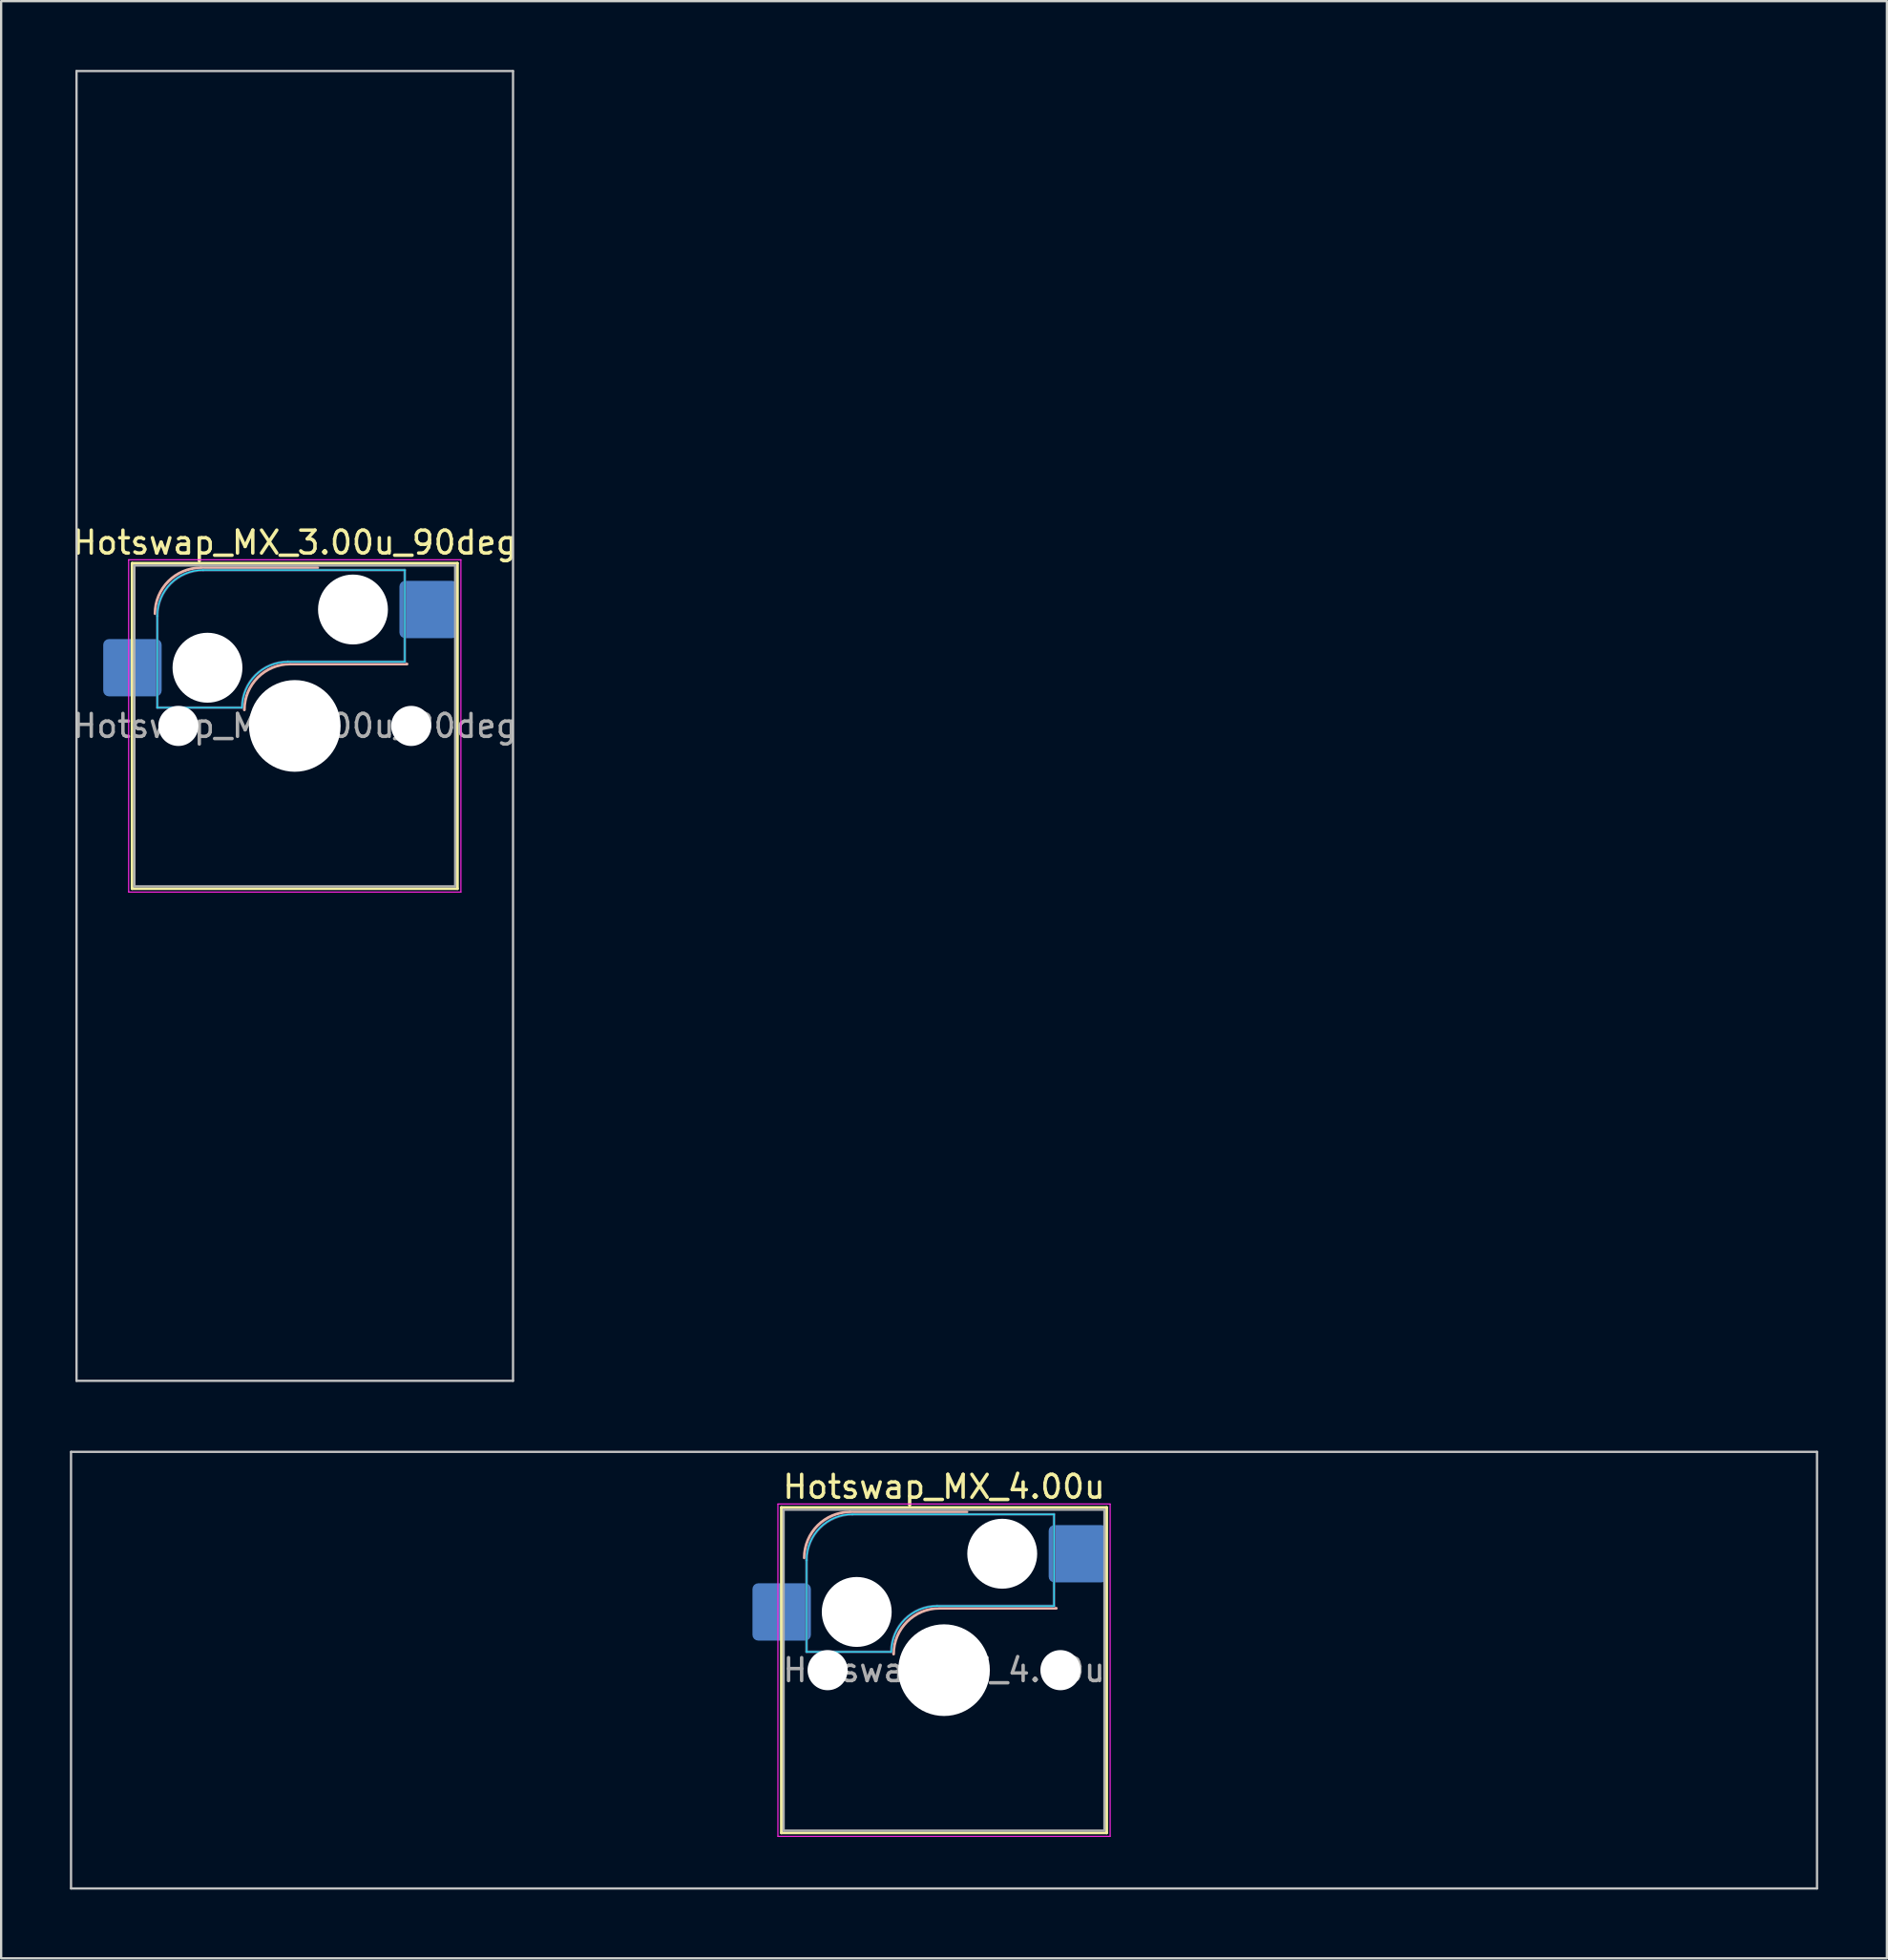
<source format=kicad_pcb>
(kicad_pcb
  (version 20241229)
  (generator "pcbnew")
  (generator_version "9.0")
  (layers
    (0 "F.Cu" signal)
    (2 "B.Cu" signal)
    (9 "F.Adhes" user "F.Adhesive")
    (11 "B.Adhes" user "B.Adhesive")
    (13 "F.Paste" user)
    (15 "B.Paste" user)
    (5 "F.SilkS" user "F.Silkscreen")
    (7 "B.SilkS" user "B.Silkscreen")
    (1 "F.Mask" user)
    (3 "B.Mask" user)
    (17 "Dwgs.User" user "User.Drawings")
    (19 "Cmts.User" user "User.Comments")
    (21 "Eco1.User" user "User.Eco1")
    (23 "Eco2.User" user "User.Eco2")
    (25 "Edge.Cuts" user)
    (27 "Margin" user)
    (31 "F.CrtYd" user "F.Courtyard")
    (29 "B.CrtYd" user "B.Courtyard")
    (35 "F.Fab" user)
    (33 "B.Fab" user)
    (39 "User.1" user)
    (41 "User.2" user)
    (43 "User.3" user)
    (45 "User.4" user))
  (footprint "Hotswap_MX_4.00u"
    (layer "F.Cu")
    (at 38.15 69.825)
    (property "Reference" "Hotswap_MX_4.00u" (at 0 -8 0) (layer "F.SilkS") (effects (font (size 1 1) (thickness 0.15))))
    (attr smd)
    (fp_line (start -7.1 -7.1) (end -7.1 7.1) (stroke (width 0.12) (type solid)) (layer "F.SilkS"))
    (fp_line (start -7.1 7.1) (end 7.1 7.1) (stroke (width 0.12) (type solid)) (layer "F.SilkS"))
    (fp_line (start 7.1 -7.1) (end -7.1 -7.1) (stroke (width 0.12) (type solid)) (layer "F.SilkS"))
    (fp_line (start 7.1 7.1) (end 7.1 -7.1) (stroke (width 0.12) (type solid)) (layer "F.SilkS"))
    (fp_line (start -4.1 -6.9) (end 1 -6.9) (stroke (width 0.12) (type solid)) (layer "B.SilkS"))
    (fp_line (start -0.2 -2.7) (end 4.9 -2.7) (stroke (width 0.12) (type solid)) (layer "B.SilkS"))
    (fp_arc (start -6.1 -4.9) (mid -5.514214 -6.314214) (end -4.1 -6.9) (stroke (width 0.12) (type solid)) (layer "B.SilkS"))
    (fp_arc (start -2.2 -0.7) (mid -1.614214 -2.114214) (end -0.2 -2.7) (stroke (width 0.12) (type solid)) (layer "B.SilkS"))
    (fp_line (start -38.1 -9.525) (end -38.1 9.525) (stroke (width 0.1) (type solid)) (layer "Dwgs.User"))
    (fp_line (start -38.1 9.525) (end 38.1 9.525) (stroke (width 0.1) (type solid)) (layer "Dwgs.User"))
    (fp_line (start 38.1 -9.525) (end -38.1 -9.525) (stroke (width 0.1) (type solid)) (layer "Dwgs.User"))
    (fp_line (start 38.1 9.525) (end 38.1 -9.525) (stroke (width 0.1) (type solid)) (layer "Dwgs.User"))
    (fp_line (start -7.8 -6) (end -7 -6) (stroke (width 0.1) (type solid)) (layer "Eco1.User"))
    (fp_line (start -7.8 -2.9) (end -7.8 -6) (stroke (width 0.1) (type solid)) (layer "Eco1.User"))
    (fp_line (start -7.8 2.9) (end -7 2.9) (stroke (width 0.1) (type solid)) (layer "Eco1.User"))
    (fp_line (start -7.8 6) (end -7.8 2.9) (stroke (width 0.1) (type solid)) (layer "Eco1.User"))
    (fp_line (start -7 -7) (end 7 -7) (stroke (width 0.1) (type solid)) (layer "Eco1.User"))
    (fp_line (start -7 -6) (end -7 -7) (stroke (width 0.1) (type solid)) (layer "Eco1.User"))
    (fp_line (start -7 -2.9) (end -7.8 -2.9) (stroke (width 0.1) (type solid)) (layer "Eco1.User"))
    (fp_line (start -7 2.9) (end -7 -2.9) (stroke (width 0.1) (type solid)) (layer "Eco1.User"))
    (fp_line (start -7 6) (end -7.8 6) (stroke (width 0.1) (type solid)) (layer "Eco1.User"))
    (fp_line (start -7 7) (end -7 6) (stroke (width 0.1) (type solid)) (layer "Eco1.User"))
    (fp_line (start 7 -7) (end 7 -6) (stroke (width 0.1) (type solid)) (layer "Eco1.User"))
    (fp_line (start 7 -6) (end 7.8 -6) (stroke (width 0.1) (type solid)) (layer "Eco1.User"))
    (fp_line (start 7 -2.9) (end 7 2.9) (stroke (width 0.1) (type solid)) (layer "Eco1.User"))
    (fp_line (start 7 2.9) (end 7.8 2.9) (stroke (width 0.1) (type solid)) (layer "Eco1.User"))
    (fp_line (start 7 6) (end 7 7) (stroke (width 0.1) (type solid)) (layer "Eco1.User"))
    (fp_line (start 7 7) (end -7 7) (stroke (width 0.1) (type solid)) (layer "Eco1.User"))
    (fp_line (start 7.8 -6) (end 7.8 -2.9) (stroke (width 0.1) (type solid)) (layer "Eco1.User"))
    (fp_line (start 7.8 -2.9) (end 7 -2.9) (stroke (width 0.1) (type solid)) (layer "Eco1.User"))
    (fp_line (start 7.8 2.9) (end 7.8 6) (stroke (width 0.1) (type solid)) (layer "Eco1.User"))
    (fp_line (start 7.8 6) (end 7 6) (stroke (width 0.1) (type solid)) (layer "Eco1.User"))
    (fp_line (start -6 -0.8) (end -6 -4.8) (stroke (width 0.05) (type solid)) (layer "B.CrtYd"))
    (fp_line (start -6 -0.8) (end -2.3 -0.8) (stroke (width 0.05) (type solid)) (layer "B.CrtYd"))
    (fp_line (start -4 -6.8) (end 4.8 -6.8) (stroke (width 0.05) (type solid)) (layer "B.CrtYd"))
    (fp_line (start -0.3 -2.8) (end 4.8 -2.8) (stroke (width 0.05) (type solid)) (layer "B.CrtYd"))
    (fp_line (start 4.8 -6.8) (end 4.8 -2.8) (stroke (width 0.05) (type solid)) (layer "B.CrtYd"))
    (fp_arc (start -6 -4.8) (mid -5.414214 -6.214214) (end -4 -6.8) (stroke (width 0.05) (type solid)) (layer "B.CrtYd"))
    (fp_arc (start -2.3 -0.8) (mid -1.714214 -2.214214) (end -0.3 -2.8) (stroke (width 0.05) (type solid)) (layer "B.CrtYd"))
    (fp_line (start -7.25 -7.25) (end -7.25 7.25) (stroke (width 0.05) (type solid)) (layer "F.CrtYd"))
    (fp_line (start -7.25 7.25) (end 7.25 7.25) (stroke (width 0.05) (type solid)) (layer "F.CrtYd"))
    (fp_line (start 7.25 -7.25) (end -7.25 -7.25) (stroke (width 0.05) (type solid)) (layer "F.CrtYd"))
    (fp_line (start 7.25 7.25) (end 7.25 -7.25) (stroke (width 0.05) (type solid)) (layer "F.CrtYd"))
    (fp_line (start -6 -0.8) (end -6 -4.8) (stroke (width 0.12) (type solid)) (layer "B.Fab"))
    (fp_line (start -6 -0.8) (end -2.3 -0.8) (stroke (width 0.12) (type solid)) (layer "B.Fab"))
    (fp_line (start -4 -6.8) (end 4.8 -6.8) (stroke (width 0.12) (type solid)) (layer "B.Fab"))
    (fp_line (start -0.3 -2.8) (end 4.8 -2.8) (stroke (width 0.12) (type solid)) (layer "B.Fab"))
    (fp_line (start 4.8 -6.8) (end 4.8 -2.8) (stroke (width 0.12) (type solid)) (layer "B.Fab"))
    (fp_arc (start -6 -4.8) (mid -5.414214 -6.214214) (end -4 -6.8) (stroke (width 0.12) (type solid)) (layer "B.Fab"))
    (fp_arc (start -2.3 -0.8) (mid -1.714214 -2.214214) (end -0.3 -2.8) (stroke (width 0.12) (type solid)) (layer "B.Fab"))
    (fp_line (start -7 -7) (end -7 7) (stroke (width 0.1) (type solid)) (layer "F.Fab"))
    (fp_line (start -7 7) (end 7 7) (stroke (width 0.1) (type solid)) (layer "F.Fab"))
    (fp_line (start 7 -7) (end -7 -7) (stroke (width 0.1) (type solid)) (layer "F.Fab"))
    (fp_line (start 7 7) (end 7 -7) (stroke (width 0.1) (type solid)) (layer "F.Fab"))
    (fp_text user "${REFERENCE}" (at 0 0 0) (layer "F.Fab") (effects (font (size 1 1) (thickness 0.15))))
    (pad "" np_thru_hole circle (at -5.08 0) (size 1.75 1.75) (drill 1.75) (layers "*.Cu" "*.Mask"))
    (pad "" np_thru_hole circle (at -3.81 -2.54) (size 3.05 3.05) (drill 3.05) (layers "*.Cu" "*.Mask"))
    (pad "" np_thru_hole circle (at 0 0) (size 4 4) (drill 4) (layers "*.Cu" "*.Mask"))
    (pad "" np_thru_hole circle (at 2.54 -5.08) (size 3.05 3.05) (drill 3.05) (layers "*.Cu" "*.Mask"))
    (pad "" np_thru_hole circle (at 5.08 0) (size 1.75 1.75) (drill 1.75) (layers "*.Cu" "*.Mask"))
    (pad "1" smd roundrect (at -7.085 -2.54) (size 2.55 2.5) (layers "B.Cu" "B.Mask" "B.Paste") (roundrect_rratio 0.1))
    (pad "2" smd roundrect (at 5.842 -5.08) (size 2.55 2.5) (layers "B.Cu" "B.Mask" "B.Paste") (roundrect_rratio 0.1)))
  (footprint "Hotswap_MX_3.00u_90deg"
    (layer "F.Cu")
    (at 9.815 28.625)
    (property "Reference" "Hotswap_MX_3.00u_90deg" (at 0 -8 0) (layer "F.SilkS") (effects (font (size 1 1) (thickness 0.15))))
    (attr smd)
    (fp_line (start -7.1 -7.1) (end -7.1 7.1) (stroke (width 0.12) (type solid)) (layer "F.SilkS"))
    (fp_line (start -7.1 7.1) (end 7.1 7.1) (stroke (width 0.12) (type solid)) (layer "F.SilkS"))
    (fp_line (start 7.1 -7.1) (end -7.1 -7.1) (stroke (width 0.12) (type solid)) (layer "F.SilkS"))
    (fp_line (start 7.1 7.1) (end 7.1 -7.1) (stroke (width 0.12) (type solid)) (layer "F.SilkS"))
    (fp_line (start -4.1 -6.9) (end 1 -6.9) (stroke (width 0.12) (type solid)) (layer "B.SilkS"))
    (fp_line (start -0.2 -2.7) (end 4.9 -2.7) (stroke (width 0.12) (type solid)) (layer "B.SilkS"))
    (fp_arc (start -6.1 -4.9) (mid -5.514214 -6.314214) (end -4.1 -6.9) (stroke (width 0.12) (type solid)) (layer "B.SilkS"))
    (fp_arc (start -2.2 -0.7) (mid -1.614214 -2.114214) (end -0.2 -2.7) (stroke (width 0.12) (type solid)) (layer "B.SilkS"))
    (fp_line (start -9.525 -28.575) (end 9.525 -28.575) (stroke (width 0.1) (type solid)) (layer "Dwgs.User"))
    (fp_line (start -9.525 28.575) (end -9.525 -28.575) (stroke (width 0.1) (type solid)) (layer "Dwgs.User"))
    (fp_line (start 9.525 -28.575) (end 9.525 28.575) (stroke (width 0.1) (type solid)) (layer "Dwgs.User"))
    (fp_line (start 9.525 28.575) (end -9.525 28.575) (stroke (width 0.1) (type solid)) (layer "Dwgs.User"))
    (fp_line (start -7.8 -6) (end -7 -6) (stroke (width 0.1) (type solid)) (layer "Eco1.User"))
    (fp_line (start -7.8 -2.9) (end -7.8 -6) (stroke (width 0.1) (type solid)) (layer "Eco1.User"))
    (fp_line (start -7.8 2.9) (end -7 2.9) (stroke (width 0.1) (type solid)) (layer "Eco1.User"))
    (fp_line (start -7.8 6) (end -7.8 2.9) (stroke (width 0.1) (type solid)) (layer "Eco1.User"))
    (fp_line (start -7 -7) (end 7 -7) (stroke (width 0.1) (type solid)) (layer "Eco1.User"))
    (fp_line (start -7 -6) (end -7 -7) (stroke (width 0.1) (type solid)) (layer "Eco1.User"))
    (fp_line (start -7 -2.9) (end -7.8 -2.9) (stroke (width 0.1) (type solid)) (layer "Eco1.User"))
    (fp_line (start -7 2.9) (end -7 -2.9) (stroke (width 0.1) (type solid)) (layer "Eco1.User"))
    (fp_line (start -7 6) (end -7.8 6) (stroke (width 0.1) (type solid)) (layer "Eco1.User"))
    (fp_line (start -7 7) (end -7 6) (stroke (width 0.1) (type solid)) (layer "Eco1.User"))
    (fp_line (start 7 -7) (end 7 -6) (stroke (width 0.1) (type solid)) (layer "Eco1.User"))
    (fp_line (start 7 -6) (end 7.8 -6) (stroke (width 0.1) (type solid)) (layer "Eco1.User"))
    (fp_line (start 7 -2.9) (end 7 2.9) (stroke (width 0.1) (type solid)) (layer "Eco1.User"))
    (fp_line (start 7 2.9) (end 7.8 2.9) (stroke (width 0.1) (type solid)) (layer "Eco1.User"))
    (fp_line (start 7 6) (end 7 7) (stroke (width 0.1) (type solid)) (layer "Eco1.User"))
    (fp_line (start 7 7) (end -7 7) (stroke (width 0.1) (type solid)) (layer "Eco1.User"))
    (fp_line (start 7.8 -6) (end 7.8 -2.9) (stroke (width 0.1) (type solid)) (layer "Eco1.User"))
    (fp_line (start 7.8 -2.9) (end 7 -2.9) (stroke (width 0.1) (type solid)) (layer "Eco1.User"))
    (fp_line (start 7.8 2.9) (end 7.8 6) (stroke (width 0.1) (type solid)) (layer "Eco1.User"))
    (fp_line (start 7.8 6) (end 7 6) (stroke (width 0.1) (type solid)) (layer "Eco1.User"))
    (fp_line (start -6 -0.8) (end -6 -4.8) (stroke (width 0.05) (type solid)) (layer "B.CrtYd"))
    (fp_line (start -6 -0.8) (end -2.3 -0.8) (stroke (width 0.05) (type solid)) (layer "B.CrtYd"))
    (fp_line (start -4 -6.8) (end 4.8 -6.8) (stroke (width 0.05) (type solid)) (layer "B.CrtYd"))
    (fp_line (start -0.3 -2.8) (end 4.8 -2.8) (stroke (width 0.05) (type solid)) (layer "B.CrtYd"))
    (fp_line (start 4.8 -6.8) (end 4.8 -2.8) (stroke (width 0.05) (type solid)) (layer "B.CrtYd"))
    (fp_arc (start -6 -4.8) (mid -5.414214 -6.214214) (end -4 -6.8) (stroke (width 0.05) (type solid)) (layer "B.CrtYd"))
    (fp_arc (start -2.3 -0.8) (mid -1.714214 -2.214214) (end -0.3 -2.8) (stroke (width 0.05) (type solid)) (layer "B.CrtYd"))
    (fp_line (start -7.25 -7.25) (end -7.25 7.25) (stroke (width 0.05) (type solid)) (layer "F.CrtYd"))
    (fp_line (start -7.25 7.25) (end 7.25 7.25) (stroke (width 0.05) (type solid)) (layer "F.CrtYd"))
    (fp_line (start 7.25 -7.25) (end -7.25 -7.25) (stroke (width 0.05) (type solid)) (layer "F.CrtYd"))
    (fp_line (start 7.25 7.25) (end 7.25 -7.25) (stroke (width 0.05) (type solid)) (layer "F.CrtYd"))
    (fp_line (start -6 -0.8) (end -6 -4.8) (stroke (width 0.12) (type solid)) (layer "B.Fab"))
    (fp_line (start -6 -0.8) (end -2.3 -0.8) (stroke (width 0.12) (type solid)) (layer "B.Fab"))
    (fp_line (start -4 -6.8) (end 4.8 -6.8) (stroke (width 0.12) (type solid)) (layer "B.Fab"))
    (fp_line (start -0.3 -2.8) (end 4.8 -2.8) (stroke (width 0.12) (type solid)) (layer "B.Fab"))
    (fp_line (start 4.8 -6.8) (end 4.8 -2.8) (stroke (width 0.12) (type solid)) (layer "B.Fab"))
    (fp_arc (start -6 -4.8) (mid -5.414214 -6.214214) (end -4 -6.8) (stroke (width 0.12) (type solid)) (layer "B.Fab"))
    (fp_arc (start -2.3 -0.8) (mid -1.714214 -2.214214) (end -0.3 -2.8) (stroke (width 0.12) (type solid)) (layer "B.Fab"))
    (fp_line (start -7 -7) (end -7 7) (stroke (width 0.1) (type solid)) (layer "F.Fab"))
    (fp_line (start -7 7) (end 7 7) (stroke (width 0.1) (type solid)) (layer "F.Fab"))
    (fp_line (start 7 -7) (end -7 -7) (stroke (width 0.1) (type solid)) (layer "F.Fab"))
    (fp_line (start 7 7) (end 7 -7) (stroke (width 0.1) (type solid)) (layer "F.Fab"))
    (fp_text user "${REFERENCE}" (at 0 0 0) (layer "F.Fab") (effects (font (size 1 1) (thickness 0.15))))
    (pad "" np_thru_hole circle (at -5.08 0) (size 1.75 1.75) (drill 1.75) (layers "*.Cu" "*.Mask"))
    (pad "" np_thru_hole circle (at -3.81 -2.54) (size 3.05 3.05) (drill 3.05) (layers "*.Cu" "*.Mask"))
    (pad "" np_thru_hole circle (at 0 0) (size 4 4) (drill 4) (layers "*.Cu" "*.Mask"))
    (pad "" np_thru_hole circle (at 2.54 -5.08) (size 3.05 3.05) (drill 3.05) (layers "*.Cu" "*.Mask"))
    (pad "" np_thru_hole circle (at 5.08 0) (size 1.75 1.75) (drill 1.75) (layers "*.Cu" "*.Mask"))
    (pad "1" smd roundrect (at -7.085 -2.54) (size 2.55 2.5) (layers "B.Cu" "B.Mask" "B.Paste") (roundrect_rratio 0.1))
    (pad "2" smd roundrect (at 5.842 -5.08) (size 2.55 2.5) (layers "B.Cu" "B.Mask" "B.Paste") (roundrect_rratio 0.1)))
  (gr_rect
    (start -3 -3)
    (end 79.3 82.4)
    (stroke (width 0.1) (type default))
    (fill no)
    (layer "Edge.Cuts")))
</source>
